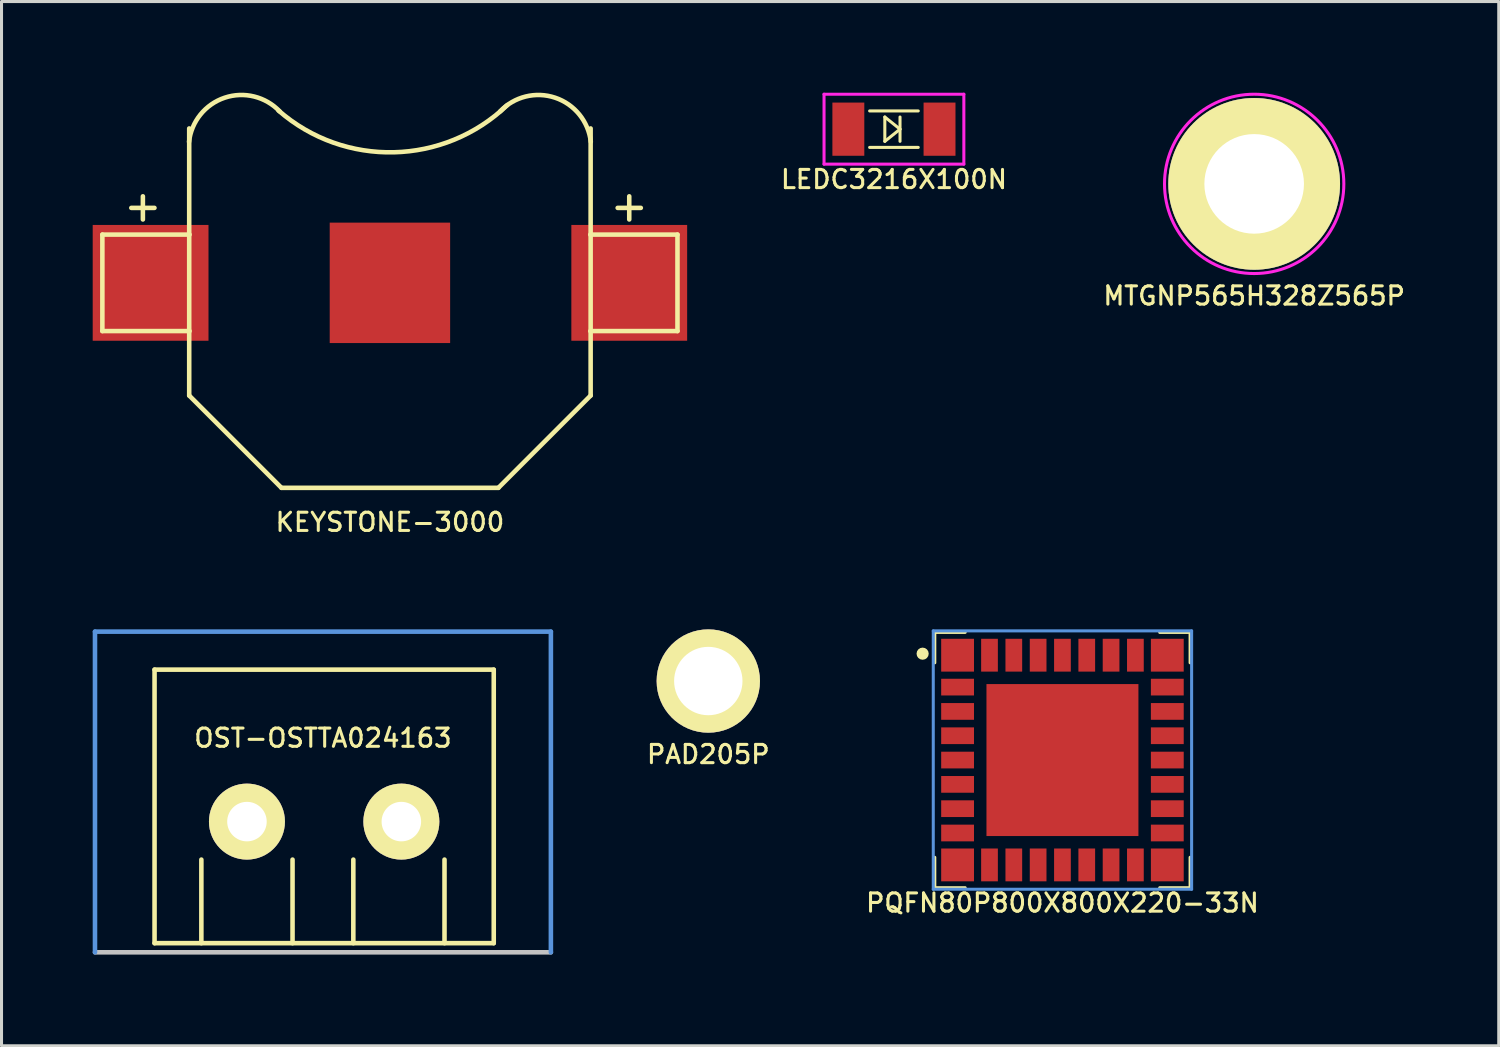
<source format=kicad_pcb>
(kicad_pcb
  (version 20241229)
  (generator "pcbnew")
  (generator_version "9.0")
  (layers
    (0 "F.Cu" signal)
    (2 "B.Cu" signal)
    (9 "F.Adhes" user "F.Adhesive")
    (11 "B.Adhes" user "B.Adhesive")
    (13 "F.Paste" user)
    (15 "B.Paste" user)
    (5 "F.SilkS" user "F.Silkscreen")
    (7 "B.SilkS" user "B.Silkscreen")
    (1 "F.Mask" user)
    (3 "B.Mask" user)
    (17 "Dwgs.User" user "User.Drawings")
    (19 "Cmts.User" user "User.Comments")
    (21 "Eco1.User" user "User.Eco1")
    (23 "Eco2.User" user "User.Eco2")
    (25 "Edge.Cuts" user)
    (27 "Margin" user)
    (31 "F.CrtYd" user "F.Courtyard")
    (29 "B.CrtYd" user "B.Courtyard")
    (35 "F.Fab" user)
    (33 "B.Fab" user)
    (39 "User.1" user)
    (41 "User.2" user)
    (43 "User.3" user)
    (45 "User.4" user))
  (footprint "PQFN80P800X800X220-33N"
    (layer "F.Cu")
    (at 31.906 21.957)
    (property "Reference" "PQFN80P800X800X220-33N" (at 0 4.699 0) (layer "F.SilkS") (effects (font (size 0.6 0.6) (thickness 0.1))))
    (attr through_hole)
    (fp_line (start -4.2 -4.2) (end -3.2 -4.2) (stroke (width 0.1) (type solid)) (layer "F.SilkS"))
    (fp_line (start -4.2 -3.2) (end -4.2 -4.2) (stroke (width 0.1) (type solid)) (layer "F.SilkS"))
    (fp_line (start -4.2 3.2) (end -4.2 4.2) (stroke (width 0.1) (type solid)) (layer "F.SilkS"))
    (fp_line (start -4.2 4.2) (end -3.2 4.2) (stroke (width 0.1) (type solid)) (layer "F.SilkS"))
    (fp_line (start 3.2 -4.2) (end 4.2 -4.2) (stroke (width 0.1) (type solid)) (layer "F.SilkS"))
    (fp_line (start 4.2 -4.2) (end 4.2 -3.2) (stroke (width 0.1) (type solid)) (layer "F.SilkS"))
    (fp_line (start 4.2 3.2) (end 4.2 4.2) (stroke (width 0.1) (type solid)) (layer "F.SilkS"))
    (fp_line (start 4.2 4.2) (end 3.2 4.2) (stroke (width 0.1) (type solid)) (layer "F.SilkS"))
    (fp_circle (center -4.6 -3.5) (end -4.5 -3.5) (stroke (width 0.2) (type solid)) (fill no) (layer "F.SilkS"))
    (fp_line (start -4.25 -4.25) (end 4.25 -4.25) (stroke (width 0.1) (type solid)) (layer "Cmts.User"))
    (fp_line (start -4.25 4.25) (end -4.25 -4.25) (stroke (width 0.1) (type solid)) (layer "Cmts.User"))
    (fp_line (start 4.25 -4.25) (end 4.25 4.25) (stroke (width 0.1) (type solid)) (layer "Cmts.User"))
    (fp_line (start 4.25 4.25) (end -4.25 4.25) (stroke (width 0.1) (type solid)) (layer "Cmts.User"))
    (pad "1" smd rect (at -3.45 -3.45) (size 1.08 1.08) (layers "F.Cu" "F.Mask" "F.Paste"))
    (pad "2" smd rect (at -3.45 -2.4) (size 1.08 0.55) (layers "F.Cu" "F.Mask" "F.Paste"))
    (pad "3" smd rect (at -3.45 -1.6) (size 1.08 0.55) (layers "F.Cu" "F.Mask" "F.Paste"))
    (pad "4" smd rect (at -3.45 -0.8) (size 1.08 0.55) (layers "F.Cu" "F.Mask" "F.Paste"))
    (pad "5" smd rect (at -3.45 0) (size 1.08 0.55) (layers "F.Cu" "F.Mask" "F.Paste"))
    (pad "6" smd rect (at -3.45 0.8) (size 1.08 0.55) (layers "F.Cu" "F.Mask" "F.Paste"))
    (pad "7" smd rect (at -3.45 1.6) (size 1.08 0.55) (layers "F.Cu" "F.Mask" "F.Paste"))
    (pad "8" smd rect (at -3.45 2.4) (size 1.08 0.55) (layers "F.Cu" "F.Mask" "F.Paste"))
    (pad "9" smd rect (at -3.45 3.45) (size 1.08 1.08) (layers "F.Cu" "F.Mask" "F.Paste"))
    (pad "10" smd rect (at -2.4 3.45) (size 0.55 1.08) (layers "F.Cu" "F.Mask" "F.Paste"))
    (pad "11" smd rect (at -1.6 3.45) (size 0.55 1.08) (layers "F.Cu" "F.Mask" "F.Paste"))
    (pad "12" smd rect (at -0.8 3.45) (size 0.55 1.08) (layers "F.Cu" "F.Mask" "F.Paste"))
    (pad "13" smd rect (at 0 3.45) (size 0.55 1.08) (layers "F.Cu" "F.Mask" "F.Paste"))
    (pad "14" smd rect (at 0.8 3.45) (size 0.55 1.08) (layers "F.Cu" "F.Mask" "F.Paste"))
    (pad "15" smd rect (at 1.6 3.45) (size 0.55 1.08) (layers "F.Cu" "F.Mask" "F.Paste"))
    (pad "16" smd rect (at 2.4 3.45) (size 0.55 1.08) (layers "F.Cu" "F.Mask" "F.Paste"))
    (pad "17" smd rect (at 3.45 3.45) (size 1.08 1.08) (layers "F.Cu" "F.Mask" "F.Paste"))
    (pad "18" smd rect (at 3.45 2.4) (size 1.08 0.55) (layers "F.Cu" "F.Mask" "F.Paste"))
    (pad "19" smd rect (at 3.45 1.6) (size 1.08 0.55) (layers "F.Cu" "F.Mask" "F.Paste"))
    (pad "20" smd rect (at 3.45 0.8) (size 1.08 0.55) (layers "F.Cu" "F.Mask" "F.Paste"))
    (pad "21" smd rect (at 3.45 0) (size 1.08 0.55) (layers "F.Cu" "F.Mask" "F.Paste"))
    (pad "22" smd rect (at 3.45 -0.8) (size 1.08 0.55) (layers "F.Cu" "F.Mask" "F.Paste"))
    (pad "23" smd rect (at 3.45 -1.6) (size 1.08 0.55) (layers "F.Cu" "F.Mask" "F.Paste"))
    (pad "24" smd rect (at 3.45 -2.4) (size 1.08 0.55) (layers "F.Cu" "F.Mask" "F.Paste"))
    (pad "25" smd rect (at 3.45 -3.45) (size 1.08 1.08) (layers "F.Cu" "F.Mask" "F.Paste"))
    (pad "26" smd rect (at 2.4 -3.45) (size 0.55 1.08) (layers "F.Cu" "F.Mask" "F.Paste"))
    (pad "27" smd rect (at 1.6 -3.45) (size 0.55 1.08) (layers "F.Cu" "F.Mask" "F.Paste"))
    (pad "28" smd rect (at 0.8 -3.45) (size 0.55 1.08) (layers "F.Cu" "F.Mask" "F.Paste"))
    (pad "29" smd rect (at 0 -3.45) (size 0.55 1.08) (layers "F.Cu" "F.Mask" "F.Paste"))
    (pad "30" smd rect (at -0.8 -3.45) (size 0.55 1.08) (layers "F.Cu" "F.Mask" "F.Paste"))
    (pad "31" smd rect (at -1.6 -3.45) (size 0.55 1.08) (layers "F.Cu" "F.Mask" "F.Paste"))
    (pad "32" smd rect (at -2.4 -3.45) (size 0.55 1.08) (layers "F.Cu" "F.Mask" "F.Paste"))
    (pad "33" smd rect (at 0 0) (size 5 5) (layers "F.Cu" "F.Mask" "F.Paste")))
  (footprint "MTGNP565H328Z565P"
    (layer "F.Cu")
    (at 38.214 3)
    (property "Reference" "MTGNP565H328Z565P" (at 0 3.683 0) (layer "F.SilkS") (effects (font (size 0.6 0.6) (thickness 0.1))))
    (attr through_hole)
    (fp_circle (center 0 0) (end 2.95 0) (stroke (width 0.1) (type solid)) (fill no) (layer "F.CrtYd"))
    (pad "" thru_hole circle (at 0 0) (size 5.65 5.65) (drill 3.277) (layers "*.Cu" "*.Mask" "F.SilkS")))
  (footprint "OST-OSTTA024163"
    (layer "F.Cu")
    (at 5.075 23.982)
    (property "Reference" "OST-OSTTA024163" (at 2.5 -2.75 0) (layer "F.SilkS") (effects (font (size 0.6 0.6) (thickness 0.1))))
    (attr through_hole)
    (fp_line (start -3.04 -5) (end -3.04 4) (stroke (width 0.15) (type solid)) (layer "F.SilkS"))
    (fp_line (start -3.04 4) (end 8.12 4) (stroke (width 0.15) (type solid)) (layer "F.SilkS"))
    (fp_line (start -1.5 1.25) (end -1.5 4) (stroke (width 0.15) (type solid)) (layer "F.SilkS"))
    (fp_line (start 1.5 1.25) (end 1.5 4) (stroke (width 0.15) (type solid)) (layer "F.SilkS"))
    (fp_line (start 3.5 1.25) (end 3.5 4) (stroke (width 0.15) (type solid)) (layer "F.SilkS"))
    (fp_line (start 6.5 1.25) (end 6.5 4) (stroke (width 0.15) (type solid)) (layer "F.SilkS"))
    (fp_line (start 8.12 -5) (end -3.04 -5) (stroke (width 0.15) (type solid)) (layer "F.SilkS"))
    (fp_line (start 8.12 4) (end 8.12 -5) (stroke (width 0.15) (type solid)) (layer "F.SilkS"))
    (fp_line (start -5 4.3) (end 10 4.3) (stroke (width 0.15) (type solid)) (layer "Dwgs.User"))
    (fp_line (start -5 -6.25) (end 10 -6.25) (stroke (width 0.15) (type solid)) (layer "Cmts.User"))
    (fp_line (start -5 4.3) (end -5 -6.25) (stroke (width 0.15) (type solid)) (layer "Cmts.User"))
    (fp_line (start 10 -6.25) (end 10 4.3) (stroke (width 0.15) (type solid)) (layer "Cmts.User"))
    (pad "1" thru_hole circle (at 0 0) (size 2.5 2.5) (drill 1.3) (layers "*.Cu" "*.Mask" "F.SilkS"))
    (pad "2" thru_hole circle (at 5.08 0) (size 2.5 2.5) (drill 1.3) (layers "*.Cu" "*.Mask" "F.SilkS")))
  (footprint "PAD205P"
    (layer "F.Cu")
    (at 20.254 19.357)
    (property "Reference" "PAD205P" (at 0 2.413 0) (layer "F.SilkS") (effects (font (size 0.6 0.6) (thickness 0.1))))
    (attr through_hole)
    (pad "1" thru_hole circle (at 0 0) (size 3.4 3.4) (drill 2.25) (layers "*.Cu" "*.Mask" "F.SilkS")))
  (footprint "KEYSTONE-3000"
    (layer "F.Cu")
    (at 9.779 6.256)
    (property "Reference" "KEYSTONE-3000" (at 0 7.874 0) (layer "F.SilkS") (effects (font (size 0.6 0.6) (thickness 0.1))))
    (attr through_hole)
    (fp_line (start -9.461 -1.587) (end -9.461 1.587) (stroke (width 0.15) (type solid)) (layer "F.SilkS"))
    (fp_line (start -9.461 -1.587) (end -6.591 -1.587) (stroke (width 0.15) (type solid)) (layer "F.SilkS"))
    (fp_line (start -9.461 1.587) (end -6.591 1.587) (stroke (width 0.15) (type solid)) (layer "F.SilkS"))
    (fp_line (start -6.604 3.708) (end -6.604 -5.08) (stroke (width 0.15) (type solid)) (layer "F.SilkS"))
    (fp_line (start -3.569 6.744) (end -6.604 3.708) (stroke (width 0.15) (type solid)) (layer "F.SilkS"))
    (fp_line (start -3.569 6.744) (end 3.569 6.744) (stroke (width 0.15) (type solid)) (layer "F.SilkS"))
    (fp_line (start 3.569 6.744) (end 6.604 3.708) (stroke (width 0.15) (type solid)) (layer "F.SilkS"))
    (fp_line (start 6.604 3.708) (end 6.604 -5.08) (stroke (width 0.15) (type solid)) (layer "F.SilkS"))
    (fp_line (start 9.461 -1.587) (end 6.591 -1.587) (stroke (width 0.15) (type solid)) (layer "F.SilkS"))
    (fp_line (start 9.461 -1.587) (end 9.461 1.587) (stroke (width 0.15) (type solid)) (layer "F.SilkS"))
    (fp_line (start 9.461 1.587) (end 6.591 1.587) (stroke (width 0.15) (type solid)) (layer "F.SilkS"))
    (fp_arc (start -6.60908 -4.64096) (mid -5.436037 -6.091108) (end -3.626007 -5.64083) (stroke (width 0.15) (type solid)) (layer "F.SilkS"))
    (fp_arc (start 3.626007 -5.64083) (mid 5.436037 -6.091109) (end 6.60908 -4.64096) (stroke (width 0.15) (type solid)) (layer "F.SilkS"))
    (fp_arc (start 3.86334 -5.85) (mid 0.133642 -4.295659) (end -3.666277 -5.669425) (stroke (width 0.15) (type solid)) (layer "F.SilkS"))
    (fp_text user "+" (at -8.128 -2.54 0) (layer "F.SilkS") (effects (font (size 1 1) (thickness 0.15))))
    (fp_text user "+" (at 7.874 -2.54 0) (layer "F.SilkS") (effects (font (size 1 1) (thickness 0.15))))
    (pad "1" smd rect (at -7.874 0) (size 3.81 3.81) (layers "F.Cu" "F.Mask" "F.Paste"))
    (pad "1" smd rect (at 7.874 0) (size 3.81 3.81) (layers "F.Cu" "F.Mask" "F.Paste"))
    (pad "2" smd rect (at 0 0) (size 3.962 3.962) (layers "F.Cu" "F.Mask" "F.Paste")))
  (footprint "LEDC3216X100N"
    (layer "F.Cu")
    (at 26.362 1.2)
    (property "Reference" "LEDC3216X100N" (at 0 1.651 0) (layer "F.SilkS") (effects (font (size 0.6 0.6) (thickness 0.1))))
    (attr through_hole)
    (fp_line (start -0.8 -0.6) (end 0.8 -0.6) (stroke (width 0.1) (type solid)) (layer "F.SilkS"))
    (fp_line (start -0.8 0.6) (end 0.8 0.6) (stroke (width 0.1) (type solid)) (layer "F.SilkS"))
    (fp_line (start -0.3 -0.4) (end -0.3 0.4) (stroke (width 0.1) (type solid)) (layer "F.SilkS"))
    (fp_line (start -0.3 0.4) (end 0.2 0) (stroke (width 0.1) (type solid)) (layer "F.SilkS"))
    (fp_line (start 0.2 0) (end -0.3 -0.4) (stroke (width 0.1) (type solid)) (layer "F.SilkS"))
    (fp_line (start 0.2 0.4) (end 0.2 -0.4) (stroke (width 0.1) (type solid)) (layer "F.SilkS"))
    (fp_line (start -2.3 -1.15) (end 2.3 -1.15) (stroke (width 0.1) (type solid)) (layer "F.CrtYd"))
    (fp_line (start -2.3 1.15) (end -2.3 -1.15) (stroke (width 0.1) (type solid)) (layer "F.CrtYd"))
    (fp_line (start 2.3 -1.15) (end 2.3 1.15) (stroke (width 0.1) (type solid)) (layer "F.CrtYd"))
    (fp_line (start 2.3 1.15) (end -2.3 1.15) (stroke (width 0.1) (type solid)) (layer "F.CrtYd"))
    (pad "1" smd rect (at -1.5 0) (size 1.05 1.75) (layers "F.Cu" "F.Mask" "F.Paste"))
    (pad "2" smd rect (at 1.5 0) (size 1.05 1.75) (layers "F.Cu" "F.Mask" "F.Paste")))
  (gr_rect
    (start -3 -3)
    (end 46.261 31.357)
    (stroke (width 0.1) (type default))
    (fill no)
    (layer "Edge.Cuts")))
</source>
